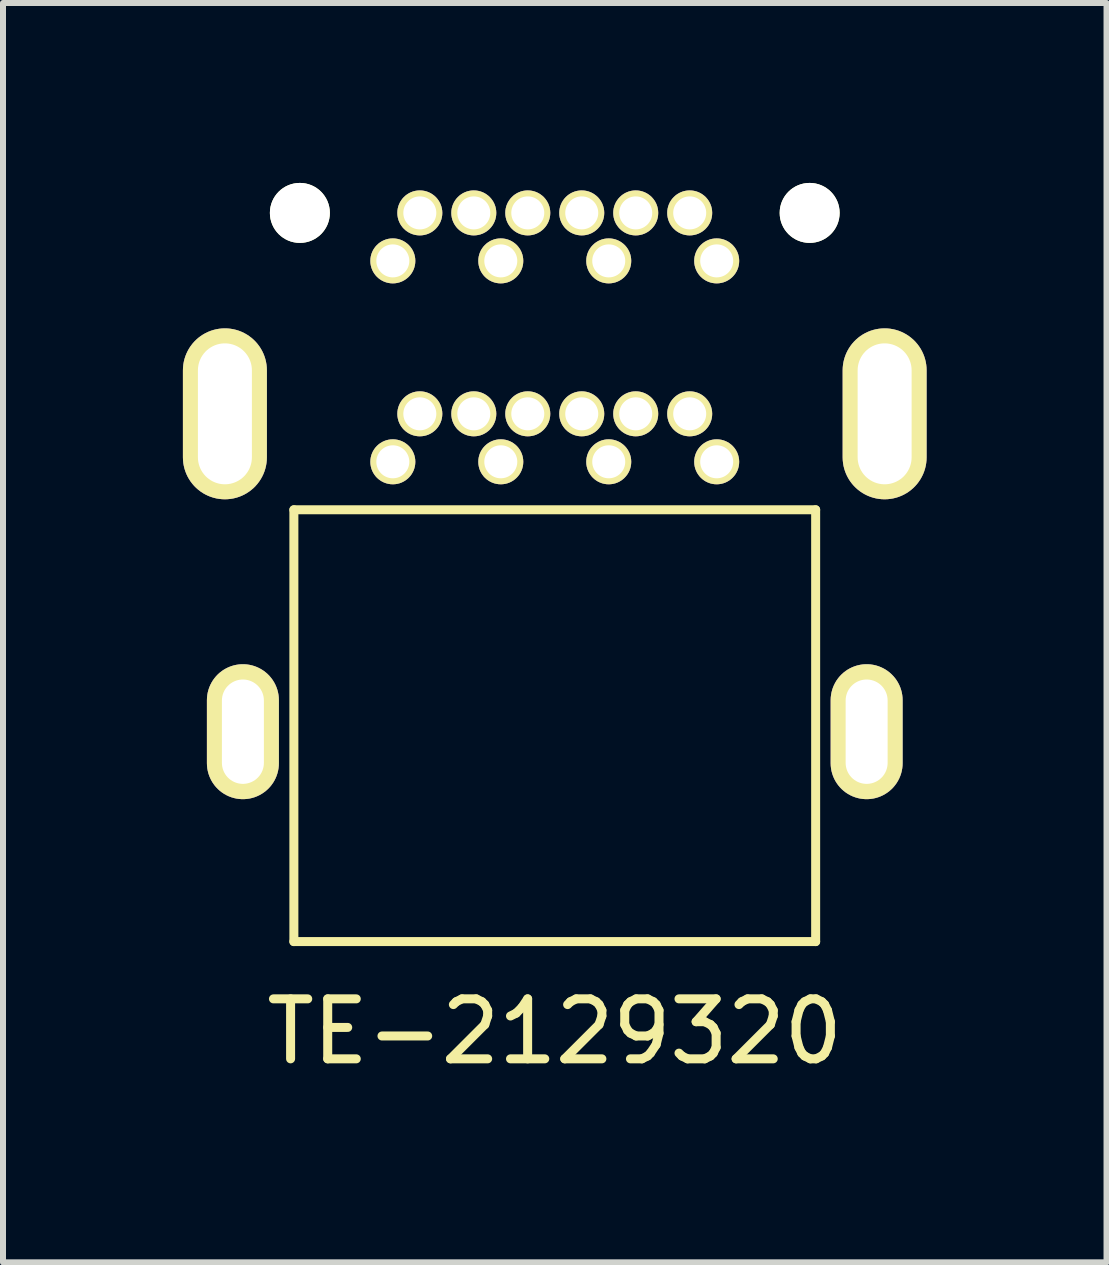
<source format=kicad_pcb>
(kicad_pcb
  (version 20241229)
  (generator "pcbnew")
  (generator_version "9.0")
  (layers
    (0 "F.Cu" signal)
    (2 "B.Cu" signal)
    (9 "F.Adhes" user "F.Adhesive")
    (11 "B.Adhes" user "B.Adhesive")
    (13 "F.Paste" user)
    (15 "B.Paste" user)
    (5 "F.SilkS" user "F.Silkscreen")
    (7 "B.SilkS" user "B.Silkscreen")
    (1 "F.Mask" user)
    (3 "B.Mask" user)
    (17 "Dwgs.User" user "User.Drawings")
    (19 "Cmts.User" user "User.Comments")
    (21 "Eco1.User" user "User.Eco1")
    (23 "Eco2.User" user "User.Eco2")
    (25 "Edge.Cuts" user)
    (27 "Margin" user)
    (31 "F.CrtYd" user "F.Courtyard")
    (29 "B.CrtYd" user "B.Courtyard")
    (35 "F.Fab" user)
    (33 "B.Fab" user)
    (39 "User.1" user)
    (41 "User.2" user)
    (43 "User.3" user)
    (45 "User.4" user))
  (footprint "TE-2129320"
    (layer "F.Cu")
    (at 6.2 9.15)
    (property "Reference" "TE-2129320" (at 0 5 0) (layer "F.SilkS") (effects (font (size 1 1) (thickness 0.15))))
    (attr through_hole)
    (fp_line (start -4.35 -3.7) (end -4.35 3.5) (stroke (width 0.15) (type solid)) (layer "F.SilkS"))
    (fp_line (start -4.35 -3.7) (end 4.35 -3.7) (stroke (width 0.15) (type solid)) (layer "F.SilkS"))
    (fp_line (start -4.35 3.5) (end 4.35 3.5) (stroke (width 0.15) (type solid)) (layer "F.SilkS"))
    (fp_line (start 4.35 -3.7) (end 4.35 3.5) (stroke (width 0.15) (type solid)) (layer "F.SilkS"))
    (pad "" thru_hole oval (at -5.5 -5.3) (size 1.4 2.85) (drill oval 0.9 2.35) (layers "*.Cu" "*.Mask" "F.SilkS"))
    (pad "" thru_hole oval (at -5.2 0) (size 1.2 2.25) (drill oval 0.7 1.74) (layers "*.Cu" "*.Mask" "F.SilkS"))
    (pad "" np_thru_hole circle (at -4.25 -8.65) (size 1 1) (drill 1) (layers "*.Cu" "*.Mask" "F.SilkS"))
    (pad "" np_thru_hole circle (at 4.25 -8.65) (size 1 1) (drill 1) (layers "*.Cu" "*.Mask" "F.SilkS"))
    (pad "" thru_hole oval (at 5.2 0) (size 1.2 2.25) (drill oval 0.7 1.74) (layers "*.Cu" "*.Mask" "F.SilkS"))
    (pad "" thru_hole oval (at 5.5 -5.3) (size 1.4 2.85) (drill oval 0.9 2.35) (layers "*.Cu" "*.Mask" "F.SilkS"))
    (pad "1" thru_hole circle (at -2.7 -4.5) (size 0.75 0.75) (drill 0.55) (layers "*.Cu" "*.Mask" "F.SilkS"))
    (pad "2" thru_hole circle (at -2.7 -7.85) (size 0.75 0.75) (drill 0.55) (layers "*.Cu" "*.Mask" "F.SilkS"))
    (pad "3" thru_hole circle (at -2.25 -5.3) (size 0.75 0.75) (drill 0.55) (layers "*.Cu" "*.Mask" "F.SilkS"))
    (pad "4" thru_hole circle (at -2.25 -8.65) (size 0.75 0.75) (drill 0.55) (layers "*.Cu" "*.Mask" "F.SilkS"))
    (pad "5" thru_hole circle (at -1.35 -5.3) (size 0.75 0.75) (drill 0.55) (layers "*.Cu" "*.Mask" "F.SilkS"))
    (pad "6" thru_hole circle (at -1.35 -8.65) (size 0.75 0.75) (drill 0.55) (layers "*.Cu" "*.Mask" "F.SilkS"))
    (pad "7" thru_hole circle (at -0.9 -4.5) (size 0.75 0.75) (drill 0.55) (layers "*.Cu" "*.Mask" "F.SilkS"))
    (pad "8" thru_hole circle (at -0.9 -7.85) (size 0.75 0.75) (drill 0.55) (layers "*.Cu" "*.Mask" "F.SilkS"))
    (pad "9" thru_hole circle (at -0.45 -5.3) (size 0.75 0.75) (drill 0.55) (layers "*.Cu" "*.Mask" "F.SilkS"))
    (pad "10" thru_hole circle (at -0.45 -8.65) (size 0.75 0.75) (drill 0.55) (layers "*.Cu" "*.Mask" "F.SilkS"))
    (pad "11" thru_hole circle (at 0.45 -5.3) (size 0.75 0.75) (drill 0.55) (layers "*.Cu" "*.Mask" "F.SilkS"))
    (pad "12" thru_hole circle (at 0.45 -8.65) (size 0.75 0.75) (drill 0.55) (layers "*.Cu" "*.Mask" "F.SilkS"))
    (pad "13" thru_hole circle (at 0.9 -4.5) (size 0.75 0.75) (drill 0.55) (layers "*.Cu" "*.Mask" "F.SilkS"))
    (pad "14" thru_hole circle (at 0.9 -7.85) (size 0.75 0.75) (drill 0.55) (layers "*.Cu" "*.Mask" "F.SilkS"))
    (pad "15" thru_hole circle (at 1.35 -5.3) (size 0.75 0.75) (drill 0.55) (layers "*.Cu" "*.Mask" "F.SilkS"))
    (pad "16" thru_hole circle (at 1.35 -8.65) (size 0.75 0.75) (drill 0.55) (layers "*.Cu" "*.Mask" "F.SilkS"))
    (pad "17" thru_hole circle (at 2.25 -5.3) (size 0.75 0.75) (drill 0.55) (layers "*.Cu" "*.Mask" "F.SilkS"))
    (pad "18" thru_hole circle (at 2.25 -8.65) (size 0.75 0.75) (drill 0.55) (layers "*.Cu" "*.Mask" "F.SilkS"))
    (pad "19" thru_hole circle (at 2.7 -4.5) (size 0.75 0.75) (drill 0.55) (layers "*.Cu" "*.Mask" "F.SilkS"))
    (pad "20" thru_hole circle (at 2.7 -7.85) (size 0.75 0.75) (drill 0.55) (layers "*.Cu" "*.Mask" "F.SilkS")))
  (gr_rect
    (start -3 -3)
    (end 15.4 17.998)
    (stroke (width 0.1) (type default))
    (fill no)
    (layer "Edge.Cuts")))
</source>
